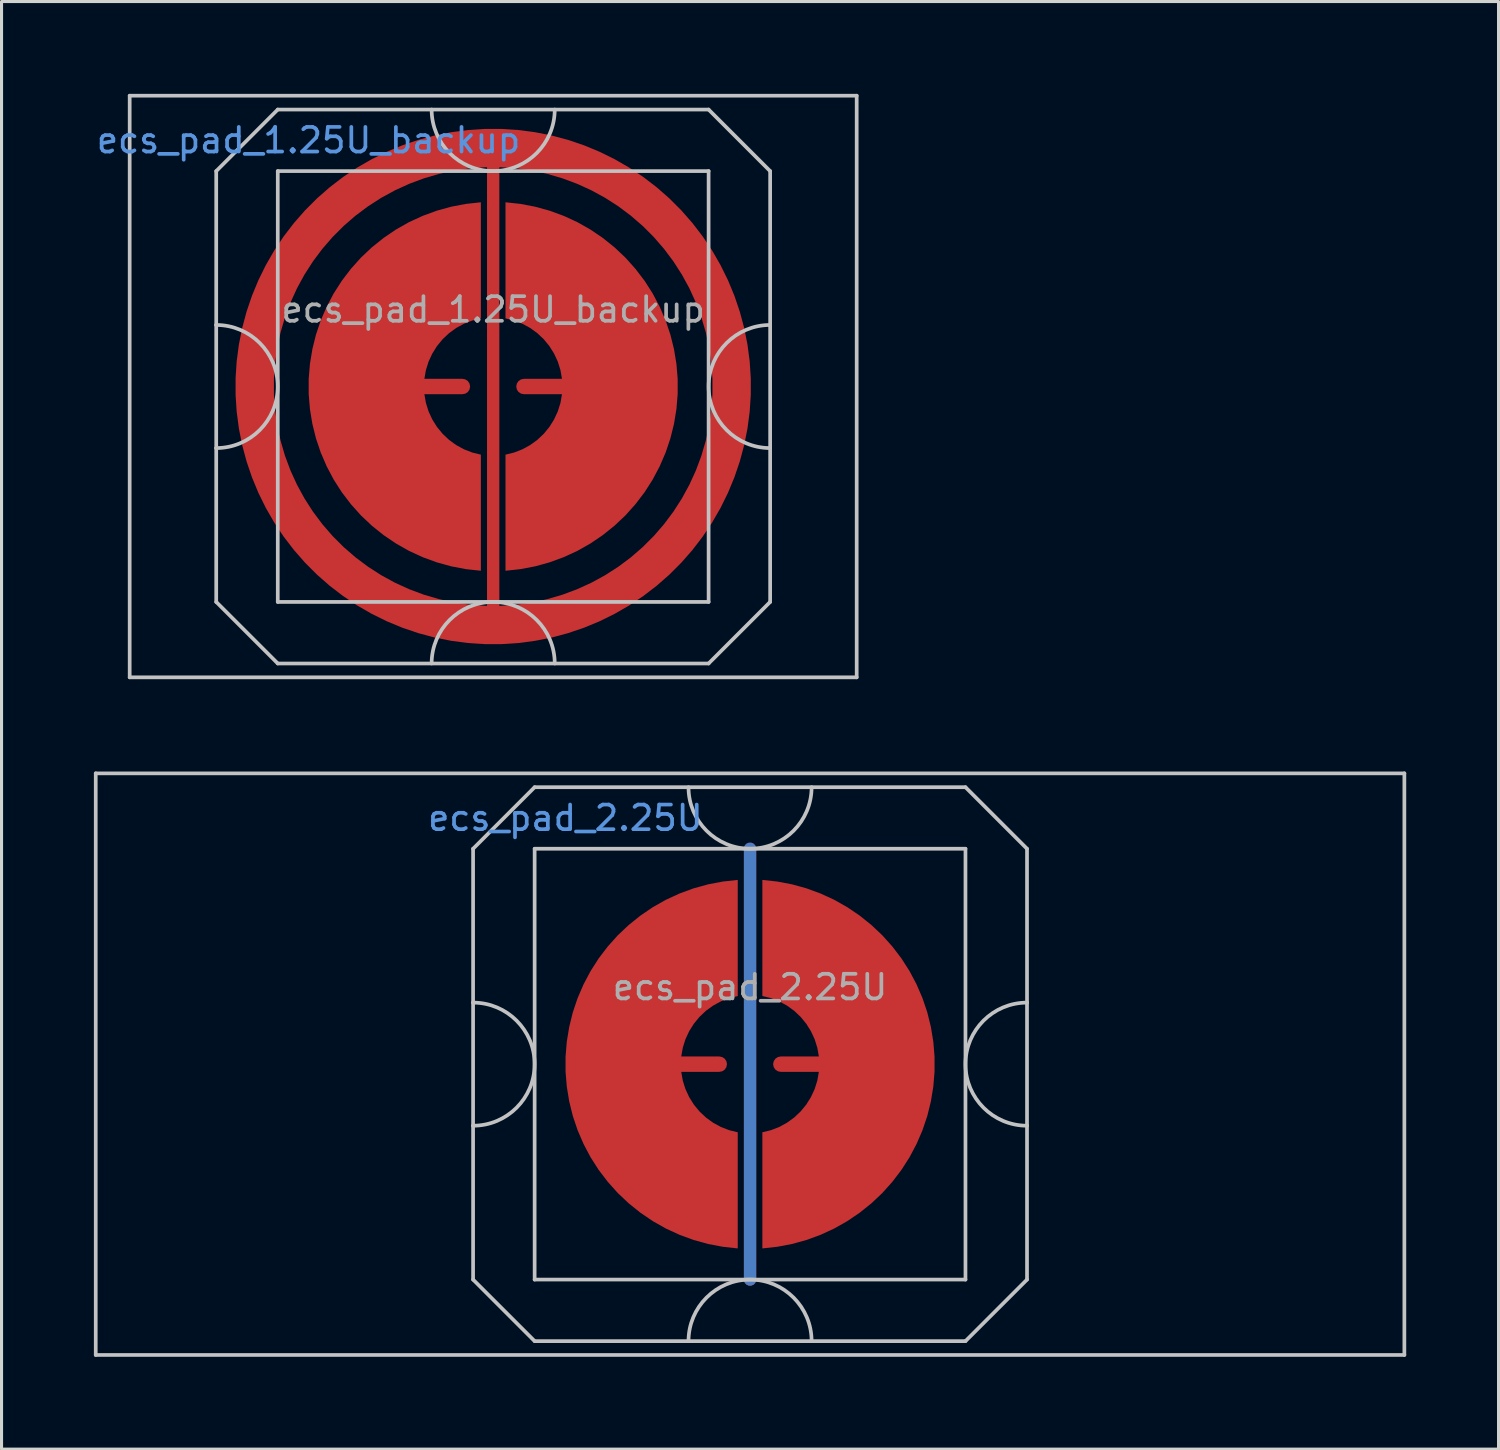
<source format=kicad_pcb>
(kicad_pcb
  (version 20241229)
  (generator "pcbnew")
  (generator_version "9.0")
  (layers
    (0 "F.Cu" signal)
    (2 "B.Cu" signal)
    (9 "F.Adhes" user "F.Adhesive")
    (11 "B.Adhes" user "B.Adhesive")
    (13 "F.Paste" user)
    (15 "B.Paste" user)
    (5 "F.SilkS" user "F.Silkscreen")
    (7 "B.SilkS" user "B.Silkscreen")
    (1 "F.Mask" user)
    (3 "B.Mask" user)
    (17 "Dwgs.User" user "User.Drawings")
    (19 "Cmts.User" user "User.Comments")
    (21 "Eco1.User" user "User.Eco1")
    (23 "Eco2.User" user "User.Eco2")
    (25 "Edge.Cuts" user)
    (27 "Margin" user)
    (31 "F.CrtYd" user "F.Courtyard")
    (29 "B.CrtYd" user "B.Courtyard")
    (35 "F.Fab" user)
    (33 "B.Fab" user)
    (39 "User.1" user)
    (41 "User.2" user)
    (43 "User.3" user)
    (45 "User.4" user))
  (footprint "ecs_pad_2.25U"
    (layer "F.Cu")
    (at 21.323 31.53)
    (property "Reference" "ecs_pad_2.25U" (at -6 -8 0) (layer "Cmts.User") (effects (font (size 0.8 0.8) (thickness 0.12))))
    (attr smd)
    (fp_line (start -21.262 -9.45) (end 21.262 -9.45) (stroke (width 0.12) (type solid)) (layer "Dwgs.User"))
    (fp_line (start -21.262 9.45) (end -21.262 -9.45) (stroke (width 0.12) (type solid)) (layer "Dwgs.User"))
    (fp_line (start -9 -7) (end -9 -2) (stroke (width 0.12) (type solid)) (layer "Dwgs.User"))
    (fp_line (start -9 -2) (end -9 2) (stroke (width 0.12) (type solid)) (layer "Dwgs.User"))
    (fp_line (start -9 2) (end -9 7) (stroke (width 0.12) (type solid)) (layer "Dwgs.User"))
    (fp_line (start -9 7) (end -7 9) (stroke (width 0.12) (type solid)) (layer "Dwgs.User"))
    (fp_line (start -7 -9) (end -9 -7) (stroke (width 0.12) (type solid)) (layer "Dwgs.User"))
    (fp_line (start -7 -7) (end -7 7) (stroke (width 0.12) (type solid)) (layer "Dwgs.User"))
    (fp_line (start -7 7) (end 7 7) (stroke (width 0.12) (type solid)) (layer "Dwgs.User"))
    (fp_line (start -7 9) (end 7 9) (stroke (width 0.12) (type solid)) (layer "Dwgs.User"))
    (fp_line (start 7 -9) (end -7 -9) (stroke (width 0.12) (type solid)) (layer "Dwgs.User"))
    (fp_line (start 7 -9) (end 9 -7) (stroke (width 0.12) (type solid)) (layer "Dwgs.User"))
    (fp_line (start 7 -7) (end -7 -7) (stroke (width 0.12) (type solid)) (layer "Dwgs.User"))
    (fp_line (start 7 7) (end 7 -7) (stroke (width 0.12) (type solid)) (layer "Dwgs.User"))
    (fp_line (start 7 9) (end 9 7) (stroke (width 0.12) (type solid)) (layer "Dwgs.User"))
    (fp_line (start 9 -2) (end 9 -7) (stroke (width 0.12) (type solid)) (layer "Dwgs.User"))
    (fp_line (start 9 -2) (end 9 2) (stroke (width 0.12) (type solid)) (layer "Dwgs.User"))
    (fp_line (start 9 7) (end 9 2) (stroke (width 0.12) (type solid)) (layer "Dwgs.User"))
    (fp_line (start 21.262 -9.45) (end 21.262 9.45) (stroke (width 0.12) (type solid)) (layer "Dwgs.User"))
    (fp_line (start 21.262 9.45) (end -21.262 9.45) (stroke (width 0.12) (type solid)) (layer "Dwgs.User"))
    (fp_arc (start -9 -2) (mid -7 0) (end -9 2) (stroke (width 0.12) (type solid)) (layer "Dwgs.User"))
    (fp_arc (start -2 9) (mid 0 7) (end 2 9) (stroke (width 0.12) (type solid)) (layer "Dwgs.User"))
    (fp_arc (start 2 -9) (mid 0 -7) (end -2 -9) (stroke (width 0.12) (type solid)) (layer "Dwgs.User"))
    (fp_arc (start 9 2) (mid 7 0) (end 9 -2) (stroke (width 0.12) (type solid)) (layer "Dwgs.User"))
    (fp_circle (center 0 0) (end 6.553 0) (stroke (width 0.12) (type solid)) (fill no) (layer "User.3"))
    (fp_text user "${REFERENCE}" (at 0 -2.5 0) (layer "F.Fab") (effects (font (size 0.8 0.8) (thickness 0.12))))
    (pad "1" smd custom (at -1 0) (size 0.4 0.4) (layers "F.Cu") (options (anchor circle)) (primitives (gr_poly (pts (xy 0.6 -2.214) (xy 0.32 -2.145) (xy 0.052 -2.041) (xy -0.201 -1.903) (xy -0.434 -1.734) (xy -0.644 -1.536) (xy -0.826 -1.314) (xy -0.979 -1.07) (xy -1.1 -0.808) (xy -1.186 -0.534) (xy -1.236 -0.25) (xy 0 -0.25) (xy 0.096 -0.231) (xy 0.177 -0.177) (xy 0.231 -0.096) (xy 0.25 0) (xy 0.231 0.096) (xy 0.177 0.177) (xy 0.096 0.231) (xy 0 0.25) (xy -1.236 0.25) (xy -1.186 0.534) (xy -1.1 0.808) (xy -0.979 1.07) (xy -0.826 1.314) (xy -0.644 1.536) (xy -0.434 1.734) (xy -0.201 1.903) (xy 0.052 2.041) (xy 0.32 2.145) (xy 0.6 2.214) (xy 0.6 5.987) (xy 0.115 5.934) (xy -0.364 5.843) (xy -0.834 5.713) (xy -1.292 5.545) (xy -1.735 5.341) (xy -2.159 5.101) (xy -2.563 4.827) (xy -2.943 4.522) (xy -3.298 4.187) (xy -3.623 3.824) (xy -3.919 3.436) (xy -4.182 3.025) (xy -4.41 2.594) (xy -4.603 2.147) (xy -4.759 1.684) (xy -4.876 1.211) (xy -4.955 0.73) (xy -4.995 0.244) (xy -4.995 -0.244) (xy -4.955 -0.73) (xy -4.876 -1.211) (xy -4.759 -1.684) (xy -4.603 -2.147) (xy -4.41 -2.594) (xy -4.182 -3.025) (xy -3.919 -3.436) (xy -3.623 -3.824) (xy -3.298 -4.187) (xy -2.943 -4.522) (xy -2.563 -4.827) (xy -2.159 -5.101) (xy -1.735 -5.341) (xy -1.292 -5.545) (xy -0.834 -5.713) (xy -0.364 -5.843) (xy 0.115 -5.934) (xy 0.6 -5.987)) (width 0) (fill yes))))
    (pad "2" smd custom (at 1 0 180) (size 0.4 0.4) (layers "F.Cu") (options (anchor circle)) (primitives (gr_poly (pts (xy 0.6 -2.214) (xy 0.32 -2.145) (xy 0.052 -2.041) (xy -0.201 -1.903) (xy -0.434 -1.734) (xy -0.644 -1.536) (xy -0.826 -1.314) (xy -0.979 -1.07) (xy -1.1 -0.808) (xy -1.186 -0.534) (xy -1.236 -0.25) (xy 0 -0.25) (xy 0.096 -0.231) (xy 0.177 -0.177) (xy 0.231 -0.096) (xy 0.25 0) (xy 0.231 0.096) (xy 0.177 0.177) (xy 0.096 0.231) (xy 0 0.25) (xy -1.236 0.25) (xy -1.186 0.534) (xy -1.1 0.808) (xy -0.979 1.07) (xy -0.826 1.314) (xy -0.644 1.536) (xy -0.434 1.734) (xy -0.201 1.903) (xy 0.052 2.041) (xy 0.32 2.145) (xy 0.6 2.214) (xy 0.6 5.987) (xy 0.115 5.934) (xy -0.364 5.843) (xy -0.834 5.713) (xy -1.292 5.545) (xy -1.735 5.341) (xy -2.159 5.101) (xy -2.563 4.827) (xy -2.943 4.522) (xy -3.298 4.187) (xy -3.623 3.824) (xy -3.919 3.436) (xy -4.182 3.025) (xy -4.41 2.594) (xy -4.603 2.147) (xy -4.759 1.684) (xy -4.876 1.211) (xy -4.955 0.73) (xy -4.995 0.244) (xy -4.995 -0.244) (xy -4.955 -0.73) (xy -4.876 -1.211) (xy -4.759 -1.684) (xy -4.603 -2.147) (xy -4.41 -2.594) (xy -4.182 -3.025) (xy -3.919 -3.436) (xy -3.623 -3.824) (xy -3.298 -4.187) (xy -2.943 -4.522) (xy -2.563 -4.827) (xy -2.159 -5.101) (xy -1.735 -5.341) (xy -1.292 -5.545) (xy -0.834 -5.713) (xy -0.364 -5.843) (xy 0.115 -5.934) (xy 0.6 -5.987)) (width 0) (fill yes))))
    (pad "3" smd custom (at 0 -7) (size 0.4 0.4) (layers "F.Cu") (options (anchor circle)) (primitives (gr_line (start 0 0) (end 0 14) (width 0.4))))
    (pad "3" smd custom (at 0 -7) (size 0.4 0.4) (layers "B.Cu") (options (anchor circle)) (primitives (gr_line (start 0 0) (end 0 14) (width 0.4))))
    (zone (net_name "") (layer "B.Cu") (hatch edge 0.508) (connect_pads) (min_thickness 0.254) (filled_areas_thickness no) (keepout (tracks allowed) (vias allowed) (pads allowed) (copperpour not_allowed) (footprints allowed)) (placement (enabled no)) (fill) (polygon (pts (xy 27.881 31.53) (xy 27.861 31.015) (xy 27.8 30.504) (xy 27.7 29.999) (xy 27.56 29.503) (xy 27.382 29.02) (xy 27.166 28.553) (xy 26.914 28.103) (xy 26.628 27.675) (xy 26.309 27.271) (xy 25.96 26.893) (xy 25.582 26.543) (xy 25.177 26.224) (xy 24.749 25.938) (xy 24.3 25.687) (xy 23.832 25.471) (xy 23.349 25.293) (xy 22.853 25.153) (xy 22.348 25.052) (xy 21.837 24.992) (xy 21.323 24.972) (xy 20.808 24.992) (xy 20.297 25.052) (xy 19.792 25.153) (xy 19.296 25.293) (xy 18.813 25.471) (xy 18.345 25.687) (xy 17.896 25.938) (xy 17.468 26.224) (xy 17.063 26.543) (xy 16.685 26.893) (xy 16.336 27.271) (xy 16.017 27.675) (xy 15.731 28.103) (xy 15.479 28.553) (xy 15.263 29.02) (xy 15.085 29.503) (xy 14.945 29.999) (xy 14.845 30.504) (xy 14.784 31.015) (xy 14.764 31.53) (xy 14.784 32.045) (xy 14.845 32.556) (xy 14.945 33.061) (xy 15.085 33.557) (xy 15.263 34.04) (xy 15.479 34.507) (xy 15.731 34.957) (xy 16.017 35.385) (xy 16.336 35.789) (xy 16.685 36.167) (xy 17.063 36.517) (xy 17.468 36.836) (xy 17.896 37.122) (xy 18.345 37.373) (xy 18.813 37.589) (xy 19.296 37.767) (xy 19.792 37.907) (xy 20.297 38.008) (xy 20.808 38.068) (xy 21.323 38.088) (xy 21.837 38.068) (xy 22.348 38.008) (xy 22.853 37.907) (xy 23.349 37.767) (xy 23.832 37.589) (xy 24.3 37.373) (xy 24.749 37.122) (xy 25.177 36.836) (xy 25.582 36.517) (xy 25.96 36.167) (xy 26.309 35.789) (xy 26.628 35.385) (xy 26.914 34.957) (xy 27.166 34.507) (xy 27.382 34.04) (xy 27.56 33.557) (xy 27.7 33.061) (xy 27.8 32.556) (xy 27.861 32.045)))))
  (footprint "ecs_pad_1.25U_backup"
    (layer "F.Cu")
    (at 12.976 9.51)
    (property "Reference" "ecs_pad_1.25U_backup" (at -6 -8 0) (layer "Cmts.User") (effects (font (size 0.8 0.8) (thickness 0.12))))
    (attr smd)
    (fp_line (start -11.812 -9.45) (end 11.812 -9.45) (stroke (width 0.12) (type solid)) (layer "Dwgs.User"))
    (fp_line (start -11.812 9.45) (end -11.812 -9.45) (stroke (width 0.12) (type solid)) (layer "Dwgs.User"))
    (fp_line (start -9 -7) (end -9 -2) (stroke (width 0.12) (type solid)) (layer "Dwgs.User"))
    (fp_line (start -9 -2) (end -9 2) (stroke (width 0.12) (type solid)) (layer "Dwgs.User"))
    (fp_line (start -9 2) (end -9 7) (stroke (width 0.12) (type solid)) (layer "Dwgs.User"))
    (fp_line (start -9 7) (end -7 9) (stroke (width 0.12) (type solid)) (layer "Dwgs.User"))
    (fp_line (start -7 -9) (end -9 -7) (stroke (width 0.12) (type solid)) (layer "Dwgs.User"))
    (fp_line (start -7 -7) (end -7 7) (stroke (width 0.12) (type solid)) (layer "Dwgs.User"))
    (fp_line (start -7 7) (end 7 7) (stroke (width 0.12) (type solid)) (layer "Dwgs.User"))
    (fp_line (start -7 9) (end 7 9) (stroke (width 0.12) (type solid)) (layer "Dwgs.User"))
    (fp_line (start 7 -9) (end -7 -9) (stroke (width 0.12) (type solid)) (layer "Dwgs.User"))
    (fp_line (start 7 -9) (end 9 -7) (stroke (width 0.12) (type solid)) (layer "Dwgs.User"))
    (fp_line (start 7 -7) (end -7 -7) (stroke (width 0.12) (type solid)) (layer "Dwgs.User"))
    (fp_line (start 7 7) (end 7 -7) (stroke (width 0.12) (type solid)) (layer "Dwgs.User"))
    (fp_line (start 7 9) (end 9 7) (stroke (width 0.12) (type solid)) (layer "Dwgs.User"))
    (fp_line (start 9 -2) (end 9 -7) (stroke (width 0.12) (type solid)) (layer "Dwgs.User"))
    (fp_line (start 9 -2) (end 9 2) (stroke (width 0.12) (type solid)) (layer "Dwgs.User"))
    (fp_line (start 9 7) (end 9 2) (stroke (width 0.12) (type solid)) (layer "Dwgs.User"))
    (fp_line (start 11.812 -9.45) (end 11.812 9.45) (stroke (width 0.12) (type solid)) (layer "Dwgs.User"))
    (fp_line (start 11.812 9.45) (end -11.812 9.45) (stroke (width 0.12) (type solid)) (layer "Dwgs.User"))
    (fp_arc (start -9 -2) (mid -7 0) (end -9 2) (stroke (width 0.12) (type solid)) (layer "Dwgs.User"))
    (fp_arc (start -2 9) (mid 0 7) (end 2 9) (stroke (width 0.12) (type solid)) (layer "Dwgs.User"))
    (fp_arc (start 2 -9) (mid 0 -7) (end -2 -9) (stroke (width 0.12) (type solid)) (layer "Dwgs.User"))
    (fp_arc (start 9 2) (mid 7 0) (end 9 -2) (stroke (width 0.12) (type solid)) (layer "Dwgs.User"))
    (fp_circle (center 0 0) (end 6.553 0) (stroke (width 0.12) (type solid)) (fill no) (layer "User.3"))
    (fp_text user "${REFERENCE}" (at 0 -2.5 0) (layer "F.Fab") (effects (font (size 0.8 0.8) (thickness 0.12))))
    (pad "1" smd custom (at -1 0) (size 0.4 0.4) (layers "F.Cu") (options (anchor circle)) (primitives (gr_poly (pts (xy 0.6 -2.214) (xy 0.32 -2.145) (xy 0.052 -2.041) (xy -0.201 -1.903) (xy -0.434 -1.734) (xy -0.644 -1.536) (xy -0.826 -1.314) (xy -0.979 -1.07) (xy -1.1 -0.808) (xy -1.186 -0.534) (xy -1.236 -0.25) (xy 0 -0.25) (xy 0.096 -0.231) (xy 0.177 -0.177) (xy 0.231 -0.096) (xy 0.25 0) (xy 0.231 0.096) (xy 0.177 0.177) (xy 0.096 0.231) (xy 0 0.25) (xy -1.236 0.25) (xy -1.186 0.534) (xy -1.1 0.808) (xy -0.979 1.07) (xy -0.826 1.314) (xy -0.644 1.536) (xy -0.434 1.734) (xy -0.201 1.903) (xy 0.052 2.041) (xy 0.32 2.145) (xy 0.6 2.214) (xy 0.6 5.987) (xy 0.115 5.934) (xy -0.364 5.843) (xy -0.834 5.713) (xy -1.292 5.545) (xy -1.735 5.341) (xy -2.159 5.101) (xy -2.563 4.827) (xy -2.943 4.522) (xy -3.298 4.187) (xy -3.623 3.824) (xy -3.919 3.436) (xy -4.182 3.025) (xy -4.41 2.594) (xy -4.603 2.147) (xy -4.759 1.684) (xy -4.876 1.211) (xy -4.955 0.73) (xy -4.995 0.244) (xy -4.995 -0.244) (xy -4.955 -0.73) (xy -4.876 -1.211) (xy -4.759 -1.684) (xy -4.603 -2.147) (xy -4.41 -2.594) (xy -4.182 -3.025) (xy -3.919 -3.436) (xy -3.623 -3.824) (xy -3.298 -4.187) (xy -2.943 -4.522) (xy -2.563 -4.827) (xy -2.159 -5.101) (xy -1.735 -5.341) (xy -1.292 -5.545) (xy -0.834 -5.713) (xy -0.364 -5.843) (xy 0.115 -5.934) (xy 0.6 -5.987)) (width 0) (fill yes))))
    (pad "2" smd custom (at 1 0 180) (size 0.4 0.4) (layers "F.Cu") (options (anchor circle)) (primitives (gr_poly (pts (xy 0.6 -2.214) (xy 0.32 -2.145) (xy 0.052 -2.041) (xy -0.201 -1.903) (xy -0.434 -1.734) (xy -0.644 -1.536) (xy -0.826 -1.314) (xy -0.979 -1.07) (xy -1.1 -0.808) (xy -1.186 -0.534) (xy -1.236 -0.25) (xy 0 -0.25) (xy 0.096 -0.231) (xy 0.177 -0.177) (xy 0.231 -0.096) (xy 0.25 0) (xy 0.231 0.096) (xy 0.177 0.177) (xy 0.096 0.231) (xy 0 0.25) (xy -1.236 0.25) (xy -1.186 0.534) (xy -1.1 0.808) (xy -0.979 1.07) (xy -0.826 1.314) (xy -0.644 1.536) (xy -0.434 1.734) (xy -0.201 1.903) (xy 0.052 2.041) (xy 0.32 2.145) (xy 0.6 2.214) (xy 0.6 5.987) (xy 0.115 5.934) (xy -0.364 5.843) (xy -0.834 5.713) (xy -1.292 5.545) (xy -1.735 5.341) (xy -2.159 5.101) (xy -2.563 4.827) (xy -2.943 4.522) (xy -3.298 4.187) (xy -3.623 3.824) (xy -3.919 3.436) (xy -4.182 3.025) (xy -4.41 2.594) (xy -4.603 2.147) (xy -4.759 1.684) (xy -4.876 1.211) (xy -4.955 0.73) (xy -4.995 0.244) (xy -4.995 -0.244) (xy -4.955 -0.73) (xy -4.876 -1.211) (xy -4.759 -1.684) (xy -4.603 -2.147) (xy -4.41 -2.594) (xy -4.182 -3.025) (xy -3.919 -3.436) (xy -3.623 -3.824) (xy -3.298 -4.187) (xy -2.943 -4.522) (xy -2.563 -4.827) (xy -2.159 -5.101) (xy -1.735 -5.341) (xy -1.292 -5.545) (xy -0.834 -5.713) (xy -0.364 -5.843) (xy 0.115 -5.934) (xy 0.6 -5.987)) (width 0) (fill yes))))
    (pad "3" smd custom (at 8 0) (size 0.5 0.5) (layers "F.Cu") (options (anchor rect)) (primitives (gr_circle (center -8 0) (end -0.25 0) (width 1.25) (fill no)) (gr_line (start -8 8) (end -8 -8) (width 0.4))))
    (zone (net_name "") (layer "B.Cu") (hatch edge 0.508) (connect_pads) (min_thickness 0.254) (filled_areas_thickness no) (keepout (tracks allowed) (vias allowed) (pads allowed) (copperpour not_allowed) (footprints allowed)) (placement (enabled no)) (fill) (polygon (pts (xy 19.534 9.51) (xy 19.514 8.995) (xy 19.454 8.484) (xy 19.353 7.979) (xy 19.213 7.483) (xy 19.035 7) (xy 18.82 6.533) (xy 18.568 6.083) (xy 18.282 5.655) (xy 17.963 5.251) (xy 17.614 4.873) (xy 17.235 4.523) (xy 16.831 4.204) (xy 16.403 3.918) (xy 15.954 3.667) (xy 15.486 3.451) (xy 15.003 3.273) (xy 14.507 3.133) (xy 14.002 3.032) (xy 13.491 2.972) (xy 12.976 2.952) (xy 12.462 2.972) (xy 11.95 3.032) (xy 11.445 3.133) (xy 10.95 3.273) (xy 10.466 3.451) (xy 9.999 3.667) (xy 9.55 3.918) (xy 9.121 4.204) (xy 8.717 4.523) (xy 8.339 4.873) (xy 7.989 5.251) (xy 7.67 5.655) (xy 7.384 6.083) (xy 7.133 6.533) (xy 6.917 7) (xy 6.739 7.483) (xy 6.599 7.979) (xy 6.499 8.484) (xy 6.438 8.995) (xy 6.418 9.51) (xy 6.438 10.025) (xy 6.499 10.536) (xy 6.599 11.041) (xy 6.739 11.537) (xy 6.917 12.02) (xy 7.133 12.487) (xy 7.384 12.937) (xy 7.67 13.365) (xy 7.989 13.769) (xy 8.339 14.147) (xy 8.717 14.497) (xy 9.121 14.816) (xy 9.55 15.102) (xy 9.999 15.353) (xy 10.466 15.569) (xy 10.95 15.747) (xy 11.445 15.887) (xy 11.95 15.988) (xy 12.462 16.048) (xy 12.976 16.068) (xy 13.491 16.048) (xy 14.002 15.988) (xy 14.507 15.887) (xy 15.003 15.747) (xy 15.486 15.569) (xy 15.954 15.353) (xy 16.403 15.102) (xy 16.831 14.816) (xy 17.235 14.497) (xy 17.614 14.147) (xy 17.963 13.769) (xy 18.282 13.365) (xy 18.568 12.937) (xy 18.82 12.487) (xy 19.035 12.02) (xy 19.213 11.537) (xy 19.353 11.041) (xy 19.454 10.536) (xy 19.514 10.025)))))
  (gr_rect
    (start -3 -3)
    (end 45.645 44.04)
    (stroke (width 0.1) (type default))
    (fill no)
    (layer "Edge.Cuts")))
</source>
